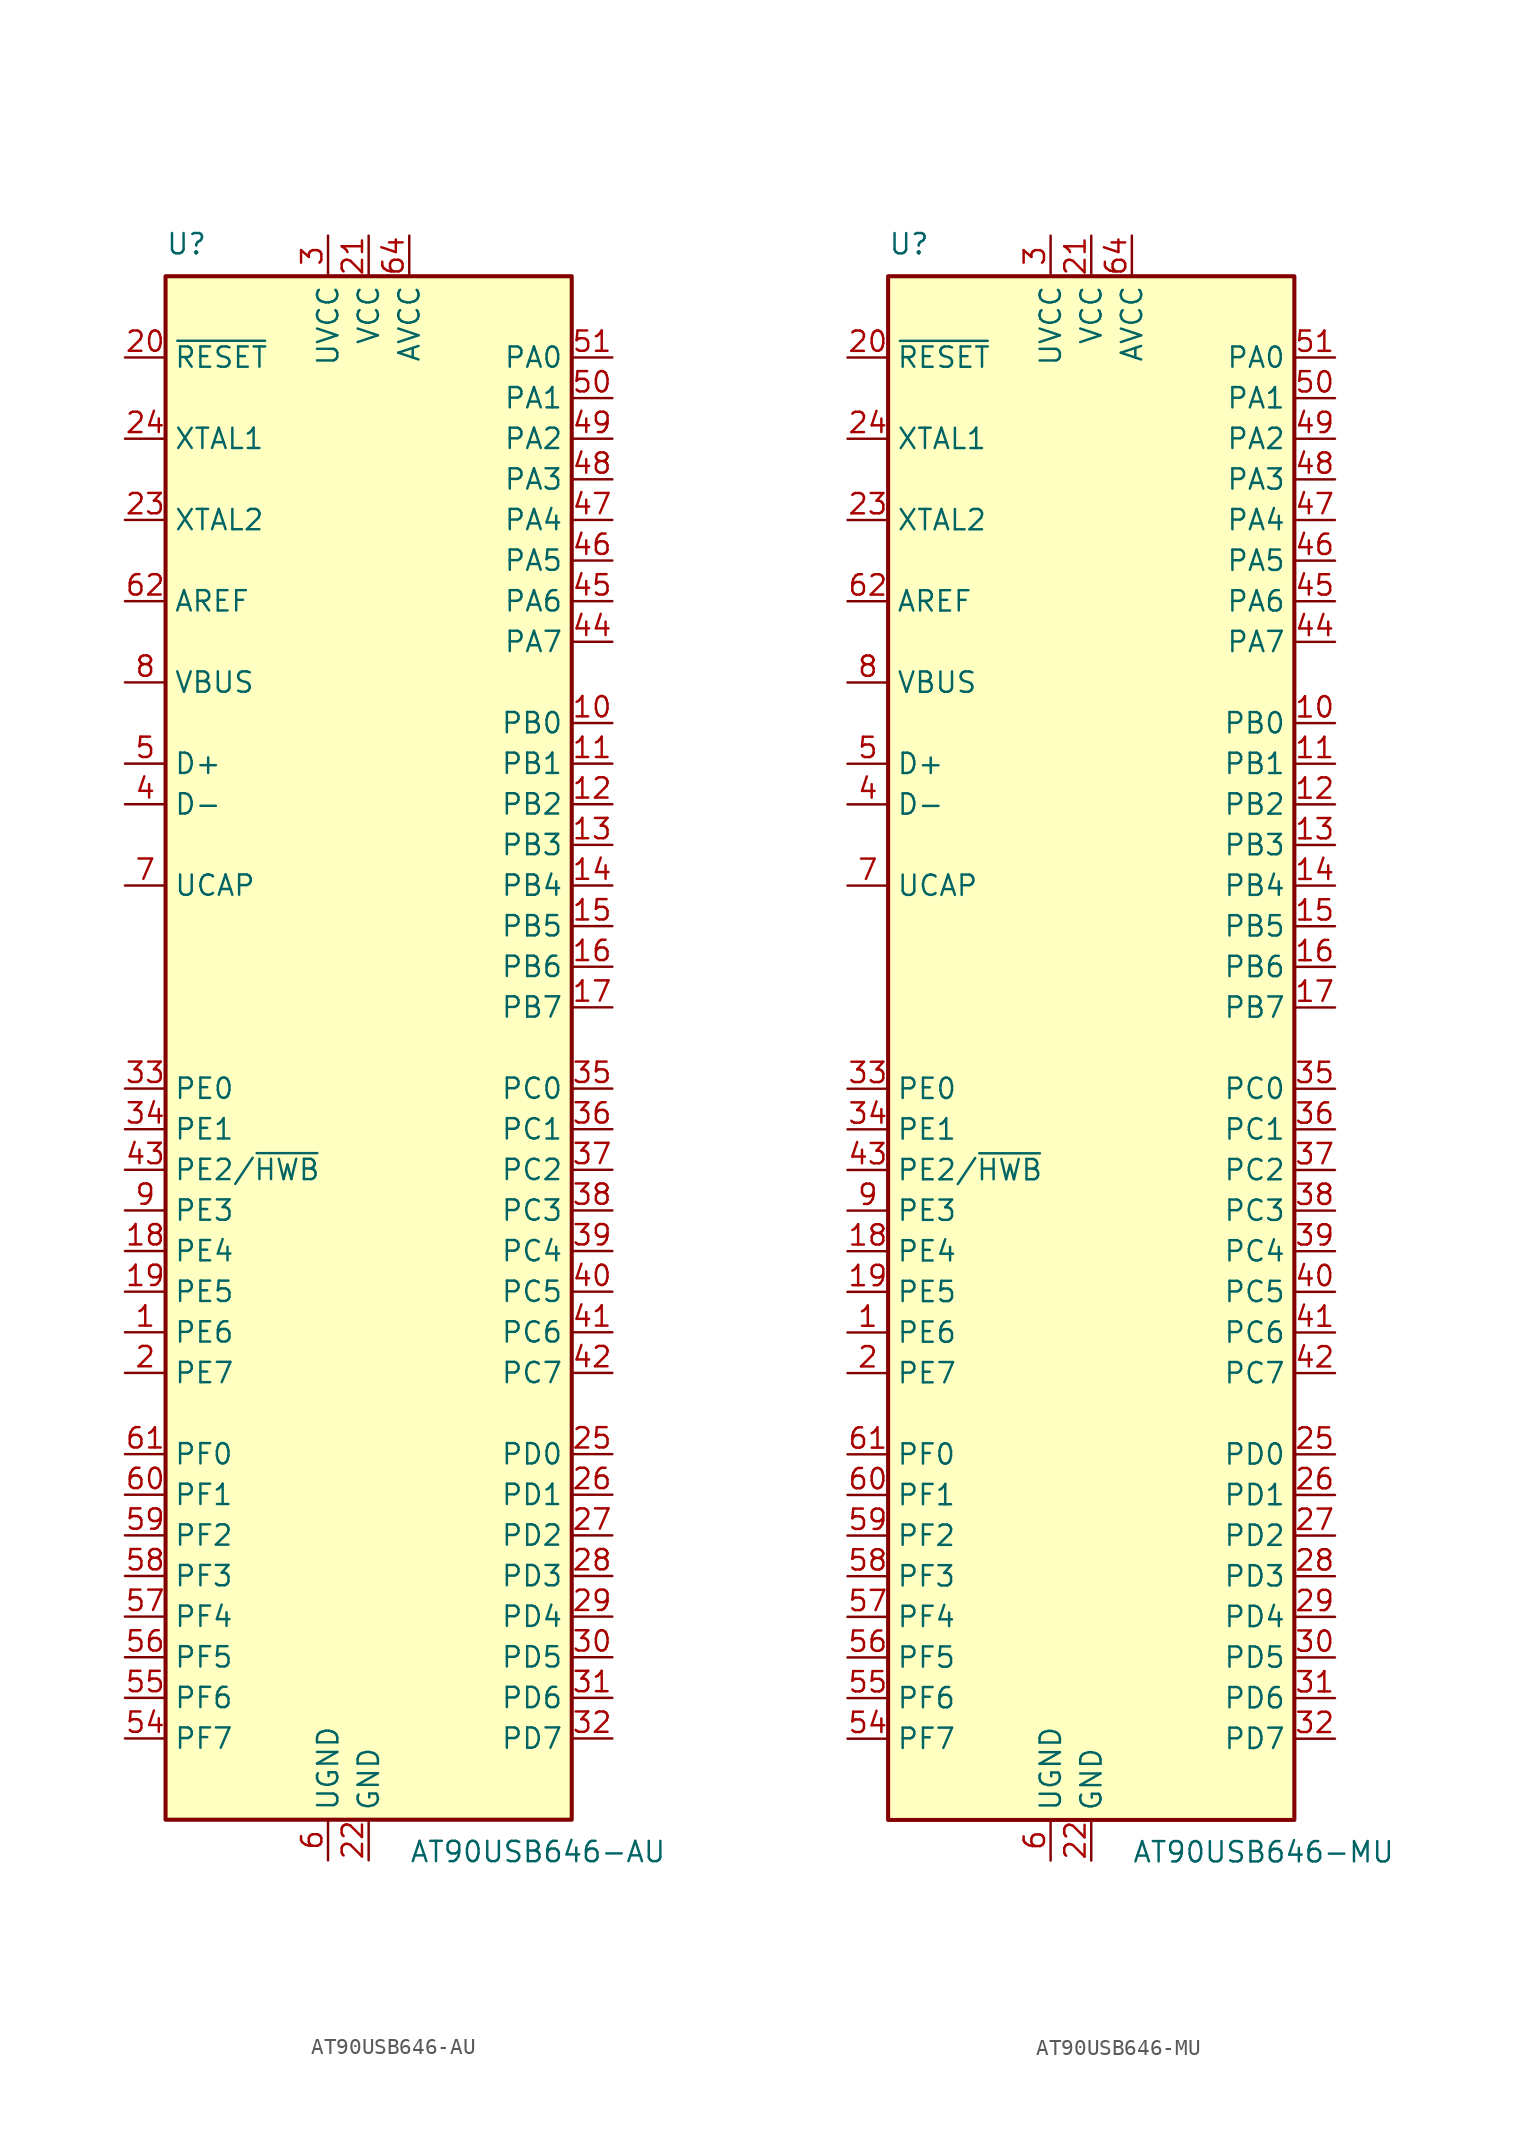
<source format=kicad_sym>
(kicad_symbol_lib
  (version 20201005)
  (generator kicad_symbol_editor)
  (symbol "AT90USB646-AU"
    (property "Reference" "U"
      (at -12.7 49.53 0)
      (effects (font (size 1.27 1.27)) (justify left bottom)))
    (property "Value" "AT90USB646-AU"
      (at 2.54 -49.53 0)
      (effects (font (size 1.27 1.27)) (justify left top)))
    (symbol "AT90USB646-AU_0_1"
      (rectangle (start -12.7 -48.26) (end 12.7 48.26) (stroke (width 0.254)) (fill (type background))))
    (symbol "AT90USB646-AU_1_1"
      (pin tri_state line (at -15.24 -17.78 0) (length 2.54) (name "PE6" (effects (font (size 1.27 1.27)))) (number "1" (effects (font (size 1.27 1.27)))))
      (pin tri_state line (at 15.24 20.32 180) (length 2.54) (name "PB0" (effects (font (size 1.27 1.27)))) (number "10" (effects (font (size 1.27 1.27)))))
      (pin tri_state line (at 15.24 17.78 180) (length 2.54) (name "PB1" (effects (font (size 1.27 1.27)))) (number "11" (effects (font (size 1.27 1.27)))))
      (pin tri_state line (at 15.24 15.24 180) (length 2.54) (name "PB2" (effects (font (size 1.27 1.27)))) (number "12" (effects (font (size 1.27 1.27)))))
      (pin tri_state line (at 15.24 12.7 180) (length 2.54) (name "PB3" (effects (font (size 1.27 1.27)))) (number "13" (effects (font (size 1.27 1.27)))))
      (pin tri_state line (at 15.24 10.16 180) (length 2.54) (name "PB4" (effects (font (size 1.27 1.27)))) (number "14" (effects (font (size 1.27 1.27)))))
      (pin tri_state line (at 15.24 7.62 180) (length 2.54) (name "PB5" (effects (font (size 1.27 1.27)))) (number "15" (effects (font (size 1.27 1.27)))))
      (pin tri_state line (at 15.24 5.08 180) (length 2.54) (name "PB6" (effects (font (size 1.27 1.27)))) (number "16" (effects (font (size 1.27 1.27)))))
      (pin tri_state line (at 15.24 2.54 180) (length 2.54) (name "PB7" (effects (font (size 1.27 1.27)))) (number "17" (effects (font (size 1.27 1.27)))))
      (pin tri_state line (at -15.24 -12.7 0) (length 2.54) (name "PE4" (effects (font (size 1.27 1.27)))) (number "18" (effects (font (size 1.27 1.27)))))
      (pin tri_state line (at -15.24 -15.24 0) (length 2.54) (name "PE5" (effects (font (size 1.27 1.27)))) (number "19" (effects (font (size 1.27 1.27)))))
      (pin tri_state line (at -15.24 -20.32 0) (length 2.54) (name "PE7" (effects (font (size 1.27 1.27)))) (number "2" (effects (font (size 1.27 1.27)))))
      (pin input line (at -15.24 43.18 0) (length 2.54) (name "~RESET" (effects (font (size 1.27 1.27)))) (number "20" (effects (font (size 1.27 1.27)))))
      (pin power_in line (at 0 50.8 270) (length 2.54) (name "VCC" (effects (font (size 1.27 1.27)))) (number "21" (effects (font (size 1.27 1.27)))))
      (pin power_in line (at 0 -50.8 90) (length 2.54) (name "GND" (effects (font (size 1.27 1.27)))) (number "22" (effects (font (size 1.27 1.27)))))
      (pin output line (at -15.24 33.02 0) (length 2.54) (name "XTAL2" (effects (font (size 1.27 1.27)))) (number "23" (effects (font (size 1.27 1.27)))))
      (pin input line (at -15.24 38.1 0) (length 2.54) (name "XTAL1" (effects (font (size 1.27 1.27)))) (number "24" (effects (font (size 1.27 1.27)))))
      (pin tri_state line (at 15.24 -25.4 180) (length 2.54) (name "PD0" (effects (font (size 1.27 1.27)))) (number "25" (effects (font (size 1.27 1.27)))))
      (pin tri_state line (at 15.24 -27.94 180) (length 2.54) (name "PD1" (effects (font (size 1.27 1.27)))) (number "26" (effects (font (size 1.27 1.27)))))
      (pin tri_state line (at 15.24 -30.48 180) (length 2.54) (name "PD2" (effects (font (size 1.27 1.27)))) (number "27" (effects (font (size 1.27 1.27)))))
      (pin tri_state line (at 15.24 -33.02 180) (length 2.54) (name "PD3" (effects (font (size 1.27 1.27)))) (number "28" (effects (font (size 1.27 1.27)))))
      (pin tri_state line (at 15.24 -35.56 180) (length 2.54) (name "PD4" (effects (font (size 1.27 1.27)))) (number "29" (effects (font (size 1.27 1.27)))))
      (pin power_in line (at -2.54 50.8 270) (length 2.54) (name "UVCC" (effects (font (size 1.27 1.27)))) (number "3" (effects (font (size 1.27 1.27)))))
      (pin tri_state line (at 15.24 -38.1 180) (length 2.54) (name "PD5" (effects (font (size 1.27 1.27)))) (number "30" (effects (font (size 1.27 1.27)))))
      (pin tri_state line (at 15.24 -40.64 180) (length 2.54) (name "PD6" (effects (font (size 1.27 1.27)))) (number "31" (effects (font (size 1.27 1.27)))))
      (pin tri_state line (at 15.24 -43.18 180) (length 2.54) (name "PD7" (effects (font (size 1.27 1.27)))) (number "32" (effects (font (size 1.27 1.27)))))
      (pin tri_state line (at -15.24 -2.54 0) (length 2.54) (name "PE0" (effects (font (size 1.27 1.27)))) (number "33" (effects (font (size 1.27 1.27)))))
      (pin tri_state line (at -15.24 -5.08 0) (length 2.54) (name "PE1" (effects (font (size 1.27 1.27)))) (number "34" (effects (font (size 1.27 1.27)))))
      (pin tri_state line (at 15.24 -2.54 180) (length 2.54) (name "PC0" (effects (font (size 1.27 1.27)))) (number "35" (effects (font (size 1.27 1.27)))))
      (pin tri_state line (at 15.24 -5.08 180) (length 2.54) (name "PC1" (effects (font (size 1.27 1.27)))) (number "36" (effects (font (size 1.27 1.27)))))
      (pin tri_state line (at 15.24 -7.62 180) (length 2.54) (name "PC2" (effects (font (size 1.27 1.27)))) (number "37" (effects (font (size 1.27 1.27)))))
      (pin tri_state line (at 15.24 -10.16 180) (length 2.54) (name "PC3" (effects (font (size 1.27 1.27)))) (number "38" (effects (font (size 1.27 1.27)))))
      (pin tri_state line (at 15.24 -12.7 180) (length 2.54) (name "PC4" (effects (font (size 1.27 1.27)))) (number "39" (effects (font (size 1.27 1.27)))))
      (pin bidirectional line (at -15.24 15.24 0) (length 2.54) (name "D-" (effects (font (size 1.27 1.27)))) (number "4" (effects (font (size 1.27 1.27)))))
      (pin tri_state line (at 15.24 -15.24 180) (length 2.54) (name "PC5" (effects (font (size 1.27 1.27)))) (number "40" (effects (font (size 1.27 1.27)))))
      (pin tri_state line (at 15.24 -17.78 180) (length 2.54) (name "PC6" (effects (font (size 1.27 1.27)))) (number "41" (effects (font (size 1.27 1.27)))))
      (pin tri_state line (at 15.24 -20.32 180) (length 2.54) (name "PC7" (effects (font (size 1.27 1.27)))) (number "42" (effects (font (size 1.27 1.27)))))
      (pin tri_state line (at -15.24 -7.62 0) (length 2.54) (name "PE2/~HWB" (effects (font (size 1.27 1.27)))) (number "43" (effects (font (size 1.27 1.27)))))
      (pin tri_state line (at 15.24 25.4 180) (length 2.54) (name "PA7" (effects (font (size 1.27 1.27)))) (number "44" (effects (font (size 1.27 1.27)))))
      (pin tri_state line (at 15.24 27.94 180) (length 2.54) (name "PA6" (effects (font (size 1.27 1.27)))) (number "45" (effects (font (size 1.27 1.27)))))
      (pin tri_state line (at 15.24 30.48 180) (length 2.54) (name "PA5" (effects (font (size 1.27 1.27)))) (number "46" (effects (font (size 1.27 1.27)))))
      (pin tri_state line (at 15.24 33.02 180) (length 2.54) (name "PA4" (effects (font (size 1.27 1.27)))) (number "47" (effects (font (size 1.27 1.27)))))
      (pin tri_state line (at 15.24 35.56 180) (length 2.54) (name "PA3" (effects (font (size 1.27 1.27)))) (number "48" (effects (font (size 1.27 1.27)))))
      (pin tri_state line (at 15.24 38.1 180) (length 2.54) (name "PA2" (effects (font (size 1.27 1.27)))) (number "49" (effects (font (size 1.27 1.27)))))
      (pin bidirectional line (at -15.24 17.78 0) (length 2.54) (name "D+" (effects (font (size 1.27 1.27)))) (number "5" (effects (font (size 1.27 1.27)))))
      (pin tri_state line (at 15.24 40.64 180) (length 2.54) (name "PA1" (effects (font (size 1.27 1.27)))) (number "50" (effects (font (size 1.27 1.27)))))
      (pin tri_state line (at 15.24 43.18 180) (length 2.54) (name "PA0" (effects (font (size 1.27 1.27)))) (number "51" (effects (font (size 1.27 1.27)))))
      (pin passive line (at 0 50.8 270) (length 2.54) hide (name "VCC" (effects (font (size 1.27 1.27)))) (number "52" (effects (font (size 1.27 1.27)))))
      (pin passive line (at 0 -50.8 90) (length 2.54) hide (name "GND" (effects (font (size 1.27 1.27)))) (number "53" (effects (font (size 1.27 1.27)))))
      (pin tri_state line (at -15.24 -43.18 0) (length 2.54) (name "PF7" (effects (font (size 1.27 1.27)))) (number "54" (effects (font (size 1.27 1.27)))))
      (pin tri_state line (at -15.24 -40.64 0) (length 2.54) (name "PF6" (effects (font (size 1.27 1.27)))) (number "55" (effects (font (size 1.27 1.27)))))
      (pin tri_state line (at -15.24 -38.1 0) (length 2.54) (name "PF5" (effects (font (size 1.27 1.27)))) (number "56" (effects (font (size 1.27 1.27)))))
      (pin tri_state line (at -15.24 -35.56 0) (length 2.54) (name "PF4" (effects (font (size 1.27 1.27)))) (number "57" (effects (font (size 1.27 1.27)))))
      (pin tri_state line (at -15.24 -33.02 0) (length 2.54) (name "PF3" (effects (font (size 1.27 1.27)))) (number "58" (effects (font (size 1.27 1.27)))))
      (pin tri_state line (at -15.24 -30.48 0) (length 2.54) (name "PF2" (effects (font (size 1.27 1.27)))) (number "59" (effects (font (size 1.27 1.27)))))
      (pin power_in line (at -2.54 -50.8 90) (length 2.54) (name "UGND" (effects (font (size 1.27 1.27)))) (number "6" (effects (font (size 1.27 1.27)))))
      (pin tri_state line (at -15.24 -27.94 0) (length 2.54) (name "PF1" (effects (font (size 1.27 1.27)))) (number "60" (effects (font (size 1.27 1.27)))))
      (pin tri_state line (at -15.24 -25.4 0) (length 2.54) (name "PF0" (effects (font (size 1.27 1.27)))) (number "61" (effects (font (size 1.27 1.27)))))
      (pin passive line (at -15.24 27.94 0) (length 2.54) (name "AREF" (effects (font (size 1.27 1.27)))) (number "62" (effects (font (size 1.27 1.27)))))
      (pin passive line (at 0 -50.8 90) (length 2.54) hide (name "GND" (effects (font (size 1.27 1.27)))) (number "63" (effects (font (size 1.27 1.27)))))
      (pin power_in line (at 2.54 50.8 270) (length 2.54) (name "AVCC" (effects (font (size 1.27 1.27)))) (number "64" (effects (font (size 1.27 1.27)))))
      (pin passive line (at -15.24 10.16 0) (length 2.54) (name "UCAP" (effects (font (size 1.27 1.27)))) (number "7" (effects (font (size 1.27 1.27)))))
      (pin input line (at -15.24 22.86 0) (length 2.54) (name "VBUS" (effects (font (size 1.27 1.27)))) (number "8" (effects (font (size 1.27 1.27)))))
      (pin tri_state line (at -15.24 -10.16 0) (length 2.54) (name "PE3" (effects (font (size 1.27 1.27)))) (number "9" (effects (font (size 1.27 1.27)))))))
  (symbol "AT90USB646-MU"
    (property "Reference" "U"
      (at -12.7 49.53 0)
      (effects (font (size 1.27 1.27)) (justify left bottom)))
    (property "Value" "AT90USB646-MU"
      (at 2.54 -49.53 0)
      (effects (font (size 1.27 1.27)) (justify left top)))
    (symbol "AT90USB646-MU_0_1"
      (rectangle (start -12.7 -48.26) (end 12.7 48.26) (stroke (width 0.254)) (fill (type background))))
    (symbol "AT90USB646-MU_1_1"
      (pin tri_state line (at -15.24 -17.78 0) (length 2.54) (name "PE6" (effects (font (size 1.27 1.27)))) (number "1" (effects (font (size 1.27 1.27)))))
      (pin tri_state line (at 15.24 20.32 180) (length 2.54) (name "PB0" (effects (font (size 1.27 1.27)))) (number "10" (effects (font (size 1.27 1.27)))))
      (pin tri_state line (at 15.24 17.78 180) (length 2.54) (name "PB1" (effects (font (size 1.27 1.27)))) (number "11" (effects (font (size 1.27 1.27)))))
      (pin tri_state line (at 15.24 15.24 180) (length 2.54) (name "PB2" (effects (font (size 1.27 1.27)))) (number "12" (effects (font (size 1.27 1.27)))))
      (pin tri_state line (at 15.24 12.7 180) (length 2.54) (name "PB3" (effects (font (size 1.27 1.27)))) (number "13" (effects (font (size 1.27 1.27)))))
      (pin tri_state line (at 15.24 10.16 180) (length 2.54) (name "PB4" (effects (font (size 1.27 1.27)))) (number "14" (effects (font (size 1.27 1.27)))))
      (pin tri_state line (at 15.24 7.62 180) (length 2.54) (name "PB5" (effects (font (size 1.27 1.27)))) (number "15" (effects (font (size 1.27 1.27)))))
      (pin tri_state line (at 15.24 5.08 180) (length 2.54) (name "PB6" (effects (font (size 1.27 1.27)))) (number "16" (effects (font (size 1.27 1.27)))))
      (pin tri_state line (at 15.24 2.54 180) (length 2.54) (name "PB7" (effects (font (size 1.27 1.27)))) (number "17" (effects (font (size 1.27 1.27)))))
      (pin tri_state line (at -15.24 -12.7 0) (length 2.54) (name "PE4" (effects (font (size 1.27 1.27)))) (number "18" (effects (font (size 1.27 1.27)))))
      (pin tri_state line (at -15.24 -15.24 0) (length 2.54) (name "PE5" (effects (font (size 1.27 1.27)))) (number "19" (effects (font (size 1.27 1.27)))))
      (pin tri_state line (at -15.24 -20.32 0) (length 2.54) (name "PE7" (effects (font (size 1.27 1.27)))) (number "2" (effects (font (size 1.27 1.27)))))
      (pin input line (at -15.24 43.18 0) (length 2.54) (name "~RESET" (effects (font (size 1.27 1.27)))) (number "20" (effects (font (size 1.27 1.27)))))
      (pin power_in line (at 0 50.8 270) (length 2.54) (name "VCC" (effects (font (size 1.27 1.27)))) (number "21" (effects (font (size 1.27 1.27)))))
      (pin power_in line (at 0 -50.8 90) (length 2.54) (name "GND" (effects (font (size 1.27 1.27)))) (number "22" (effects (font (size 1.27 1.27)))))
      (pin output line (at -15.24 33.02 0) (length 2.54) (name "XTAL2" (effects (font (size 1.27 1.27)))) (number "23" (effects (font (size 1.27 1.27)))))
      (pin input line (at -15.24 38.1 0) (length 2.54) (name "XTAL1" (effects (font (size 1.27 1.27)))) (number "24" (effects (font (size 1.27 1.27)))))
      (pin tri_state line (at 15.24 -25.4 180) (length 2.54) (name "PD0" (effects (font (size 1.27 1.27)))) (number "25" (effects (font (size 1.27 1.27)))))
      (pin tri_state line (at 15.24 -27.94 180) (length 2.54) (name "PD1" (effects (font (size 1.27 1.27)))) (number "26" (effects (font (size 1.27 1.27)))))
      (pin tri_state line (at 15.24 -30.48 180) (length 2.54) (name "PD2" (effects (font (size 1.27 1.27)))) (number "27" (effects (font (size 1.27 1.27)))))
      (pin tri_state line (at 15.24 -33.02 180) (length 2.54) (name "PD3" (effects (font (size 1.27 1.27)))) (number "28" (effects (font (size 1.27 1.27)))))
      (pin tri_state line (at 15.24 -35.56 180) (length 2.54) (name "PD4" (effects (font (size 1.27 1.27)))) (number "29" (effects (font (size 1.27 1.27)))))
      (pin power_in line (at -2.54 50.8 270) (length 2.54) (name "UVCC" (effects (font (size 1.27 1.27)))) (number "3" (effects (font (size 1.27 1.27)))))
      (pin tri_state line (at 15.24 -38.1 180) (length 2.54) (name "PD5" (effects (font (size 1.27 1.27)))) (number "30" (effects (font (size 1.27 1.27)))))
      (pin tri_state line (at 15.24 -40.64 180) (length 2.54) (name "PD6" (effects (font (size 1.27 1.27)))) (number "31" (effects (font (size 1.27 1.27)))))
      (pin tri_state line (at 15.24 -43.18 180) (length 2.54) (name "PD7" (effects (font (size 1.27 1.27)))) (number "32" (effects (font (size 1.27 1.27)))))
      (pin tri_state line (at -15.24 -2.54 0) (length 2.54) (name "PE0" (effects (font (size 1.27 1.27)))) (number "33" (effects (font (size 1.27 1.27)))))
      (pin tri_state line (at -15.24 -5.08 0) (length 2.54) (name "PE1" (effects (font (size 1.27 1.27)))) (number "34" (effects (font (size 1.27 1.27)))))
      (pin tri_state line (at 15.24 -2.54 180) (length 2.54) (name "PC0" (effects (font (size 1.27 1.27)))) (number "35" (effects (font (size 1.27 1.27)))))
      (pin tri_state line (at 15.24 -5.08 180) (length 2.54) (name "PC1" (effects (font (size 1.27 1.27)))) (number "36" (effects (font (size 1.27 1.27)))))
      (pin tri_state line (at 15.24 -7.62 180) (length 2.54) (name "PC2" (effects (font (size 1.27 1.27)))) (number "37" (effects (font (size 1.27 1.27)))))
      (pin tri_state line (at 15.24 -10.16 180) (length 2.54) (name "PC3" (effects (font (size 1.27 1.27)))) (number "38" (effects (font (size 1.27 1.27)))))
      (pin tri_state line (at 15.24 -12.7 180) (length 2.54) (name "PC4" (effects (font (size 1.27 1.27)))) (number "39" (effects (font (size 1.27 1.27)))))
      (pin bidirectional line (at -15.24 15.24 0) (length 2.54) (name "D-" (effects (font (size 1.27 1.27)))) (number "4" (effects (font (size 1.27 1.27)))))
      (pin tri_state line (at 15.24 -15.24 180) (length 2.54) (name "PC5" (effects (font (size 1.27 1.27)))) (number "40" (effects (font (size 1.27 1.27)))))
      (pin tri_state line (at 15.24 -17.78 180) (length 2.54) (name "PC6" (effects (font (size 1.27 1.27)))) (number "41" (effects (font (size 1.27 1.27)))))
      (pin tri_state line (at 15.24 -20.32 180) (length 2.54) (name "PC7" (effects (font (size 1.27 1.27)))) (number "42" (effects (font (size 1.27 1.27)))))
      (pin tri_state line (at -15.24 -7.62 0) (length 2.54) (name "PE2/~HWB" (effects (font (size 1.27 1.27)))) (number "43" (effects (font (size 1.27 1.27)))))
      (pin tri_state line (at 15.24 25.4 180) (length 2.54) (name "PA7" (effects (font (size 1.27 1.27)))) (number "44" (effects (font (size 1.27 1.27)))))
      (pin tri_state line (at 15.24 27.94 180) (length 2.54) (name "PA6" (effects (font (size 1.27 1.27)))) (number "45" (effects (font (size 1.27 1.27)))))
      (pin tri_state line (at 15.24 30.48 180) (length 2.54) (name "PA5" (effects (font (size 1.27 1.27)))) (number "46" (effects (font (size 1.27 1.27)))))
      (pin tri_state line (at 15.24 33.02 180) (length 2.54) (name "PA4" (effects (font (size 1.27 1.27)))) (number "47" (effects (font (size 1.27 1.27)))))
      (pin tri_state line (at 15.24 35.56 180) (length 2.54) (name "PA3" (effects (font (size 1.27 1.27)))) (number "48" (effects (font (size 1.27 1.27)))))
      (pin tri_state line (at 15.24 38.1 180) (length 2.54) (name "PA2" (effects (font (size 1.27 1.27)))) (number "49" (effects (font (size 1.27 1.27)))))
      (pin bidirectional line (at -15.24 17.78 0) (length 2.54) (name "D+" (effects (font (size 1.27 1.27)))) (number "5" (effects (font (size 1.27 1.27)))))
      (pin tri_state line (at 15.24 40.64 180) (length 2.54) (name "PA1" (effects (font (size 1.27 1.27)))) (number "50" (effects (font (size 1.27 1.27)))))
      (pin tri_state line (at 15.24 43.18 180) (length 2.54) (name "PA0" (effects (font (size 1.27 1.27)))) (number "51" (effects (font (size 1.27 1.27)))))
      (pin passive line (at 0 50.8 270) (length 2.54) hide (name "VCC" (effects (font (size 1.27 1.27)))) (number "52" (effects (font (size 1.27 1.27)))))
      (pin passive line (at 0 -50.8 90) (length 2.54) hide (name "GND" (effects (font (size 1.27 1.27)))) (number "53" (effects (font (size 1.27 1.27)))))
      (pin tri_state line (at -15.24 -43.18 0) (length 2.54) (name "PF7" (effects (font (size 1.27 1.27)))) (number "54" (effects (font (size 1.27 1.27)))))
      (pin tri_state line (at -15.24 -40.64 0) (length 2.54) (name "PF6" (effects (font (size 1.27 1.27)))) (number "55" (effects (font (size 1.27 1.27)))))
      (pin tri_state line (at -15.24 -38.1 0) (length 2.54) (name "PF5" (effects (font (size 1.27 1.27)))) (number "56" (effects (font (size 1.27 1.27)))))
      (pin tri_state line (at -15.24 -35.56 0) (length 2.54) (name "PF4" (effects (font (size 1.27 1.27)))) (number "57" (effects (font (size 1.27 1.27)))))
      (pin tri_state line (at -15.24 -33.02 0) (length 2.54) (name "PF3" (effects (font (size 1.27 1.27)))) (number "58" (effects (font (size 1.27 1.27)))))
      (pin tri_state line (at -15.24 -30.48 0) (length 2.54) (name "PF2" (effects (font (size 1.27 1.27)))) (number "59" (effects (font (size 1.27 1.27)))))
      (pin power_in line (at -2.54 -50.8 90) (length 2.54) (name "UGND" (effects (font (size 1.27 1.27)))) (number "6" (effects (font (size 1.27 1.27)))))
      (pin tri_state line (at -15.24 -27.94 0) (length 2.54) (name "PF1" (effects (font (size 1.27 1.27)))) (number "60" (effects (font (size 1.27 1.27)))))
      (pin tri_state line (at -15.24 -25.4 0) (length 2.54) (name "PF0" (effects (font (size 1.27 1.27)))) (number "61" (effects (font (size 1.27 1.27)))))
      (pin passive line (at -15.24 27.94 0) (length 2.54) (name "AREF" (effects (font (size 1.27 1.27)))) (number "62" (effects (font (size 1.27 1.27)))))
      (pin passive line (at 0 -50.8 90) (length 2.54) hide (name "GND" (effects (font (size 1.27 1.27)))) (number "63" (effects (font (size 1.27 1.27)))))
      (pin power_in line (at 2.54 50.8 270) (length 2.54) (name "AVCC" (effects (font (size 1.27 1.27)))) (number "64" (effects (font (size 1.27 1.27)))))
      (pin passive line (at 0 -50.8 90) (length 2.54) hide (name "GND" (effects (font (size 1.27 1.27)))) (number "65" (effects (font (size 1.27 1.27)))))
      (pin passive line (at -15.24 10.16 0) (length 2.54) (name "UCAP" (effects (font (size 1.27 1.27)))) (number "7" (effects (font (size 1.27 1.27)))))
      (pin input line (at -15.24 22.86 0) (length 2.54) (name "VBUS" (effects (font (size 1.27 1.27)))) (number "8" (effects (font (size 1.27 1.27)))))
      (pin tri_state line (at -15.24 -10.16 0) (length 2.54) (name "PE3" (effects (font (size 1.27 1.27)))) (number "9" (effects (font (size 1.27 1.27))))))))
</source>
